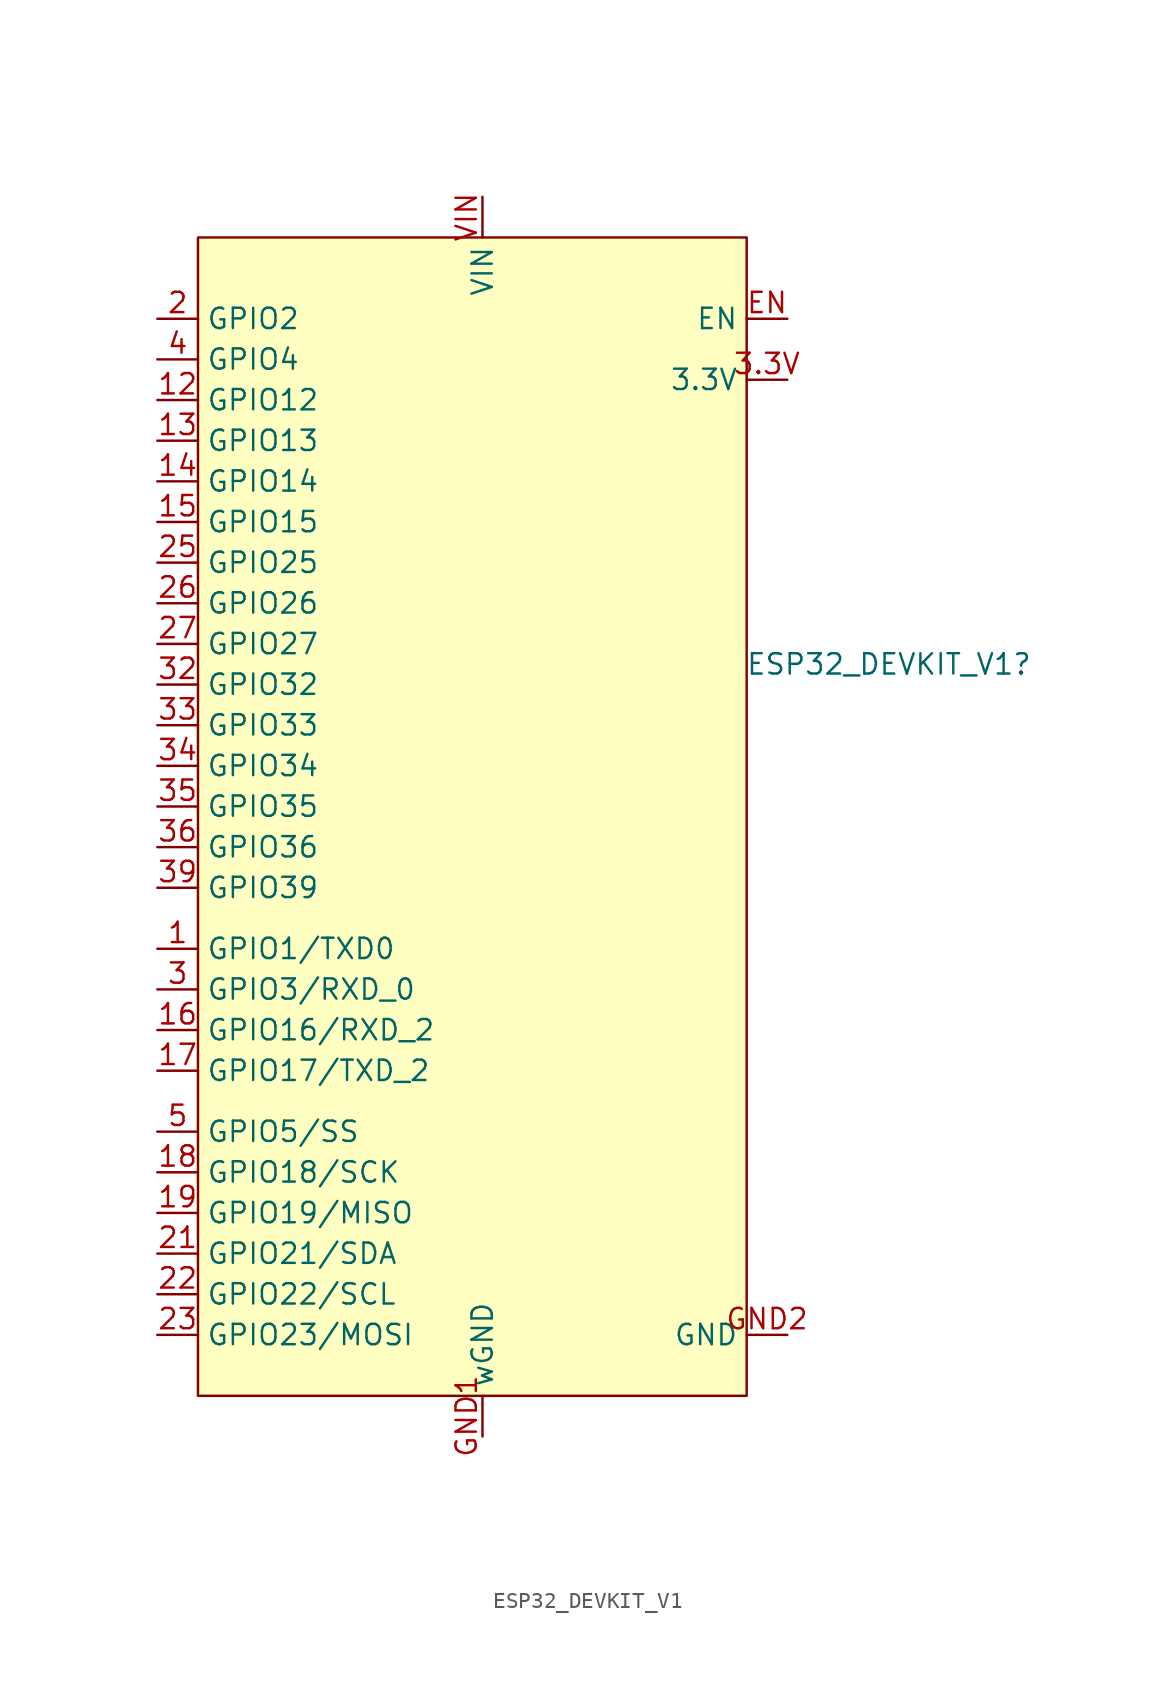
<source format=kicad_sym>
(kicad_symbol_lib
  (version 20220914)
  (generator kicad_symbol_editor)
  (symbol "ESP32_DEVKIT_V1"
    (property "Reference" "ESP32_DEVKIT_V1"
      (at 25.4 -22.86 0)
      (effects (font (size 1.27 1.27))))
    (property "Value" ""
      (at -1.27 0 0)
      (effects (font (size 1.27 1.27))))
    (symbol "ESP32_DEVKIT_V1_1_1"
      (rectangle (start -17.78 3.81) (end 16.51 -68.58) (stroke (width 0) (type default)) (fill (type background)))
      (pin bidirectional line (at -20.32 -40.64 0) (length 2.54) (name "GPIO1/TXD0" (effects (font (size 1.27 1.27)))) (number "1" (effects (font (size 1.27 1.27)))))
      (pin bidirectional line (at -20.32 -6.35 0) (length 2.54) (name "GPIO12" (effects (font (size 1.27 1.27)))) (number "12" (effects (font (size 1.27 1.27)))))
      (pin bidirectional line (at -20.32 -8.89 0) (length 2.54) (name "GPIO13" (effects (font (size 1.27 1.27)))) (number "13" (effects (font (size 1.27 1.27)))))
      (pin bidirectional line (at -20.32 -11.43 0) (length 2.54) (name "GPIO14" (effects (font (size 1.27 1.27)))) (number "14" (effects (font (size 1.27 1.27)))))
      (pin bidirectional line (at -20.32 -13.97 0) (length 2.54) (name "GPIO15" (effects (font (size 1.27 1.27)))) (number "15" (effects (font (size 1.27 1.27)))))
      (pin bidirectional line (at -20.32 -45.72 0) (length 2.54) (name "GPIO16/RXD_2" (effects (font (size 1.27 1.27)))) (number "16" (effects (font (size 1.27 1.27)))))
      (pin bidirectional line (at -20.32 -48.26 0) (length 2.54) (name "GPIO17/TXD_2" (effects (font (size 1.27 1.27)))) (number "17" (effects (font (size 1.27 1.27)))))
      (pin bidirectional line (at -20.32 -54.61 0) (length 2.54) (name "GPIO18/SCK" (effects (font (size 1.27 1.27)))) (number "18" (effects (font (size 1.27 1.27)))))
      (pin bidirectional line (at -20.32 -57.15 0) (length 2.54) (name "GPIO19/MISO" (effects (font (size 1.27 1.27)))) (number "19" (effects (font (size 1.27 1.27)))))
      (pin bidirectional line (at -20.32 -1.27 0) (length 2.54) (name "GPIO2" (effects (font (size 1.27 1.27)))) (number "2" (effects (font (size 1.27 1.27)))))
      (pin bidirectional line (at -20.32 -59.69 0) (length 2.54) (name "GPIO21/SDA" (effects (font (size 1.27 1.27)))) (number "21" (effects (font (size 1.27 1.27)))))
      (pin bidirectional line (at -20.32 -62.23 0) (length 2.54) (name "GPIO22/SCL" (effects (font (size 1.27 1.27)))) (number "22" (effects (font (size 1.27 1.27)))))
      (pin bidirectional line (at -20.32 -64.77 0) (length 2.54) (name "GPIO23/MOSI" (effects (font (size 1.27 1.27)))) (number "23" (effects (font (size 1.27 1.27)))))
      (pin bidirectional line (at -20.32 -16.51 0) (length 2.54) (name "GPIO25" (effects (font (size 1.27 1.27)))) (number "25" (effects (font (size 1.27 1.27)))))
      (pin bidirectional line (at -20.32 -19.05 0) (length 2.54) (name "GPIO26" (effects (font (size 1.27 1.27)))) (number "26" (effects (font (size 1.27 1.27)))))
      (pin bidirectional line (at -20.32 -21.59 0) (length 2.54) (name "GPIO27" (effects (font (size 1.27 1.27)))) (number "27" (effects (font (size 1.27 1.27)))))
      (pin bidirectional line (at -20.32 -43.18 0) (length 2.54) (name "GPIO3/RXD_0" (effects (font (size 1.27 1.27)))) (number "3" (effects (font (size 1.27 1.27)))))
      (pin power_out line (at 19.05 -5.08 180) (length 2.54) (name "3.3V" (effects (font (size 1.27 1.27)))) (number "3.3V" (effects (font (size 1.27 1.27)))))
      (pin bidirectional line (at -20.32 -24.13 0) (length 2.54) (name "GPIO32" (effects (font (size 1.27 1.27)))) (number "32" (effects (font (size 1.27 1.27)))))
      (pin bidirectional line (at -20.32 -26.67 0) (length 2.54) (name "GPIO33" (effects (font (size 1.27 1.27)))) (number "33" (effects (font (size 1.27 1.27)))))
      (pin bidirectional line (at -20.32 -29.21 0) (length 2.54) (name "GPIO34" (effects (font (size 1.27 1.27)))) (number "34" (effects (font (size 1.27 1.27)))))
      (pin bidirectional line (at -20.32 -31.75 0) (length 2.54) (name "GPIO35" (effects (font (size 1.27 1.27)))) (number "35" (effects (font (size 1.27 1.27)))))
      (pin bidirectional line (at -20.32 -34.29 0) (length 2.54) (name "GPIO36" (effects (font (size 1.27 1.27)))) (number "36" (effects (font (size 1.27 1.27)))))
      (pin bidirectional line (at -20.32 -36.83 0) (length 2.54) (name "GPIO39" (effects (font (size 1.27 1.27)))) (number "39" (effects (font (size 1.27 1.27)))))
      (pin bidirectional line (at -20.32 -3.81 0) (length 2.54) (name "GPIO4" (effects (font (size 1.27 1.27)))) (number "4" (effects (font (size 1.27 1.27)))))
      (pin bidirectional line (at -20.32 -52.07 0) (length 2.54) (name "GPIO5/SS" (effects (font (size 1.27 1.27)))) (number "5" (effects (font (size 1.27 1.27)))))
      (pin power_in line (at 19.05 -1.27 180) (length 2.54) (name "EN" (effects (font (size 1.27 1.27)))) (number "EN" (effects (font (size 1.27 1.27)))))
      (pin power_in line (at 0 -71.12 90) (length 2.54) (name "wGND" (effects (font (size 1.27 1.27)))) (number "GND1" (effects (font (size 1.27 1.27)))))
      (pin power_out line (at 19.05 -64.77 180) (length 2.54) (name "GND" (effects (font (size 1.27 1.27)))) (number "GND2" (effects (font (size 1.27 1.27)))))
      (pin power_in line (at 0 6.35 270) (length 2.54) (name "VIN" (effects (font (size 1.27 1.27)))) (number "VIN" (effects (font (size 1.27 1.27))))))))
</source>
